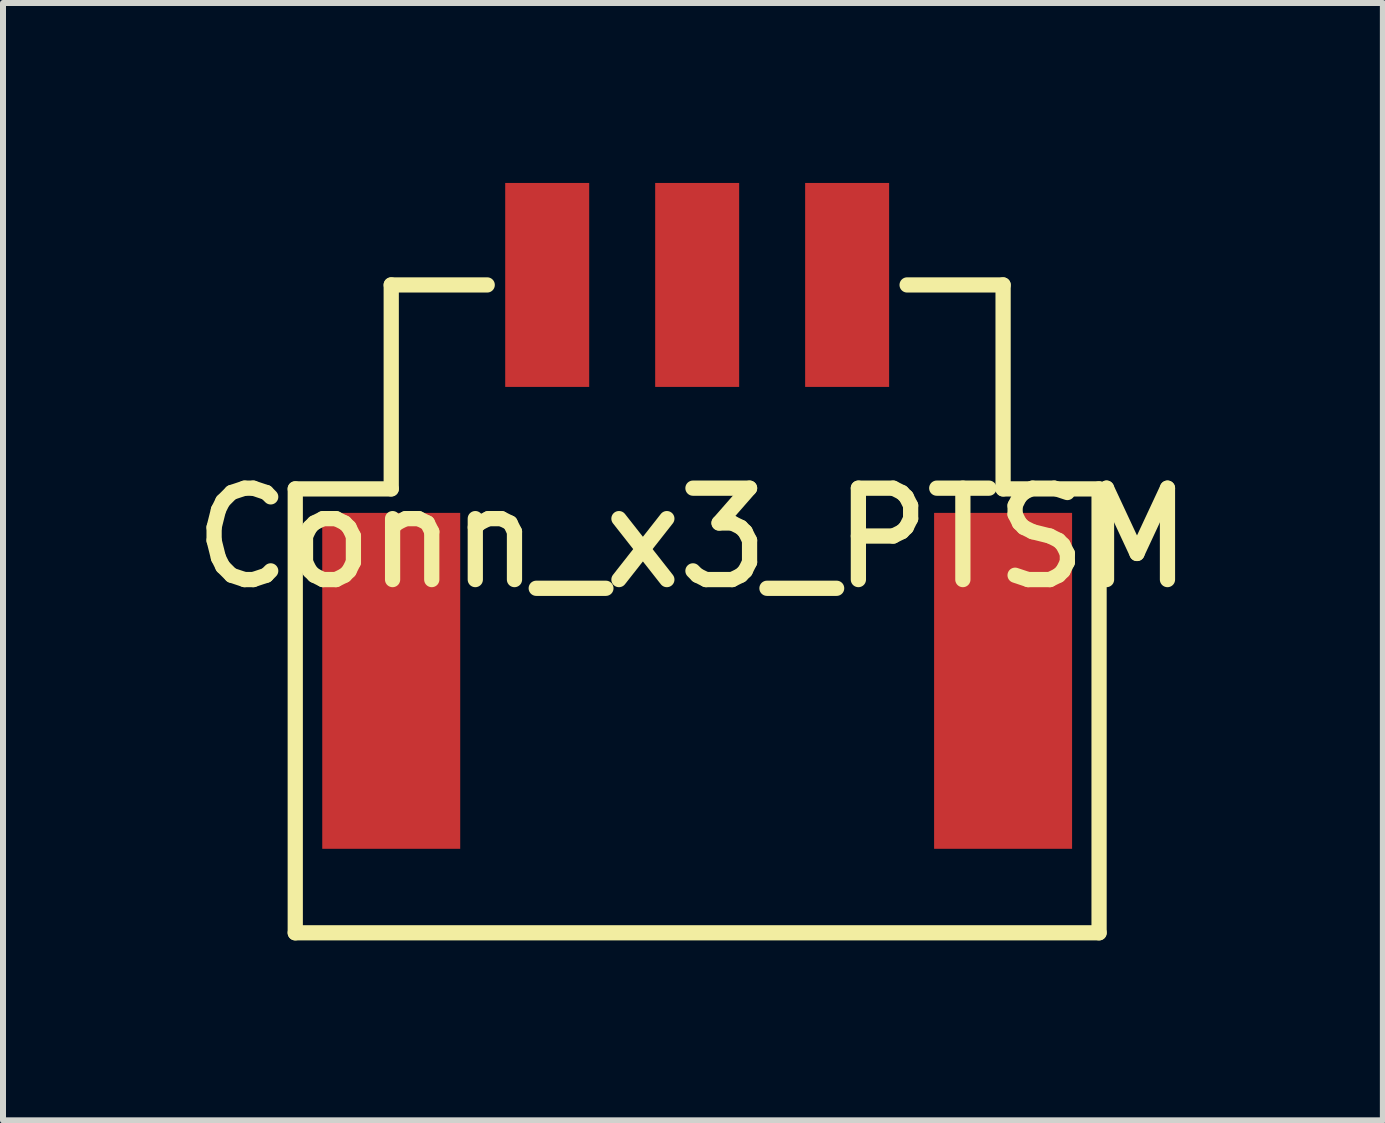
<source format=kicad_pcb>
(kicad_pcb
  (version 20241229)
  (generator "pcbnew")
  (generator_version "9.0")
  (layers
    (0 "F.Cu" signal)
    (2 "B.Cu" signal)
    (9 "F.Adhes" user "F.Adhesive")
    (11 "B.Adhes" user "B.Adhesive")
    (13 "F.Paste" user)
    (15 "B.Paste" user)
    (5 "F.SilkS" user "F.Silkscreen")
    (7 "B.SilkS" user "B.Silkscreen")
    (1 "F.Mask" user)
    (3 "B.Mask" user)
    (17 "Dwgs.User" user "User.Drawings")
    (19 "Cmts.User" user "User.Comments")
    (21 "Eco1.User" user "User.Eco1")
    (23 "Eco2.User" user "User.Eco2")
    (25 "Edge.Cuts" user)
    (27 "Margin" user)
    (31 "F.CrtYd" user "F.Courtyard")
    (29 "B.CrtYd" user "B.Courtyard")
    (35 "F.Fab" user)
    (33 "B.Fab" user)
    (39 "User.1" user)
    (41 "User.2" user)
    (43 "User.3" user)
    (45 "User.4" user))
  (footprint "Conn_x3_PTSM"
    (layer "F.Cu")
    (at 8.572 1.7)
    (property "Reference" "Conn_x3_PTSM" (at -0.07 4.22 0) (layer "F.SilkS") (effects (font (size 1.524 1.524) (thickness 0.254))))
    (attr through_hole)
    (fp_line (start -6.7 3.4) (end -6.7 10.8) (stroke (width 0.254) (type solid)) (layer "F.SilkS"))
    (fp_line (start -5.1 0) (end -3.5 0) (stroke (width 0.254) (type solid)) (layer "F.SilkS"))
    (fp_line (start -5.1 3.4) (end -6.7 3.4) (stroke (width 0.254) (type solid)) (layer "F.SilkS"))
    (fp_line (start -5.1 3.4) (end -5.1 0) (stroke (width 0.254) (type solid)) (layer "F.SilkS"))
    (fp_line (start 5.1 0) (end 3.5 0) (stroke (width 0.254) (type solid)) (layer "F.SilkS"))
    (fp_line (start 5.1 3.4) (end 5.1 0) (stroke (width 0.254) (type solid)) (layer "F.SilkS"))
    (fp_line (start 5.1 3.4) (end 6.7 3.4) (stroke (width 0.254) (type solid)) (layer "F.SilkS"))
    (fp_line (start 6.7 10.8) (end -6.7 10.8) (stroke (width 0.254) (type solid)) (layer "F.SilkS"))
    (fp_line (start 6.7 10.8) (end 6.7 3.4) (stroke (width 0.254) (type solid)) (layer "F.SilkS"))
    (pad "1" smd rect (at -2.5 0) (size 1.4 3.4) (layers "F.Cu" "F.Mask" "F.Paste"))
    (pad "2" smd rect (at 0 0) (size 1.4 3.4) (layers "F.Cu" "F.Mask" "F.Paste"))
    (pad "3" smd rect (at 2.5 0) (size 1.4 3.4) (layers "F.Cu" "F.Mask" "F.Paste"))
    (pad "4" smd rect (at -5.1 6.6) (size 2.3 5.6) (layers "F.Cu" "F.Mask" "F.Paste"))
    (pad "5" smd rect (at 5.1 6.6) (size 2.3 5.6) (layers "F.Cu" "F.Mask" "F.Paste")))
  (gr_rect
    (start -3 -3)
    (end 20.003 15.627)
    (stroke (width 0.1) (type default))
    (fill no)
    (layer "Edge.Cuts")))
</source>
